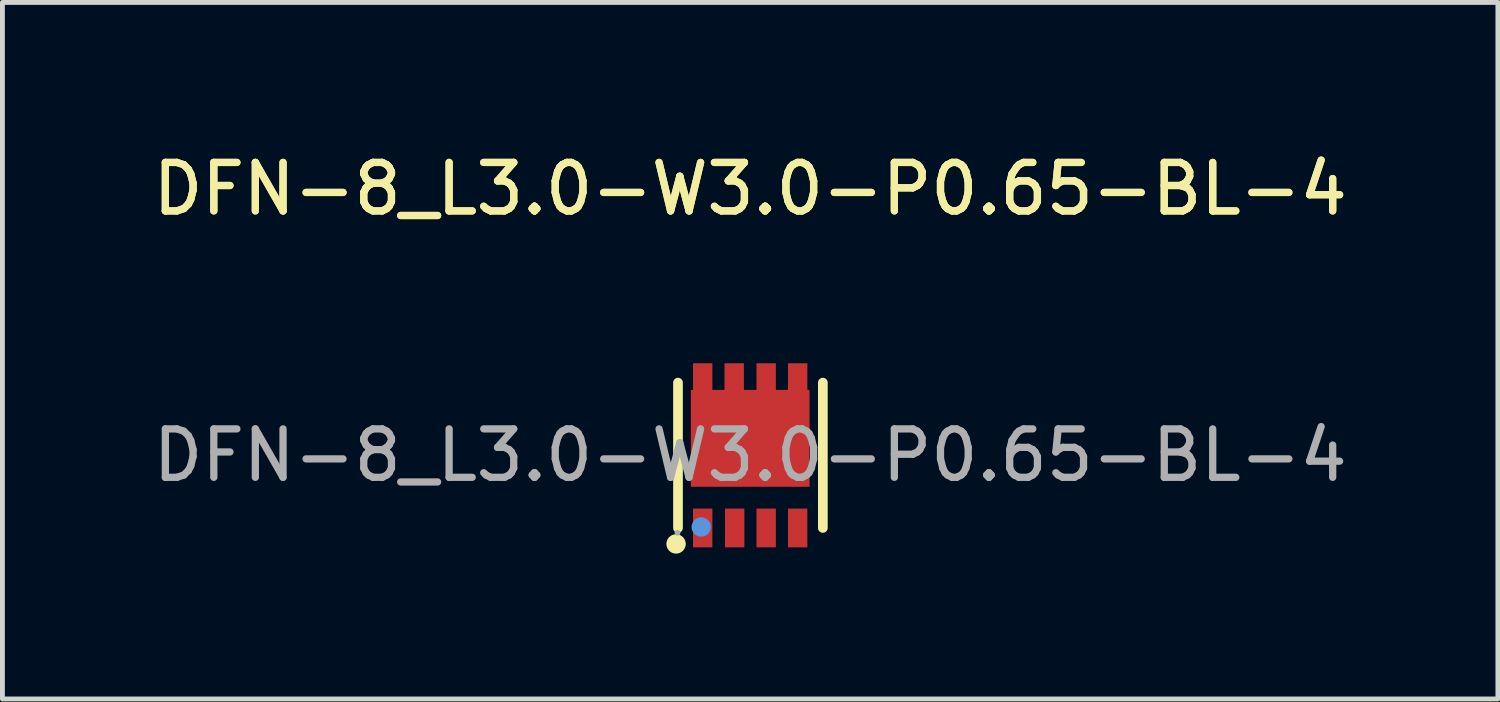
<source format=kicad_pcb>
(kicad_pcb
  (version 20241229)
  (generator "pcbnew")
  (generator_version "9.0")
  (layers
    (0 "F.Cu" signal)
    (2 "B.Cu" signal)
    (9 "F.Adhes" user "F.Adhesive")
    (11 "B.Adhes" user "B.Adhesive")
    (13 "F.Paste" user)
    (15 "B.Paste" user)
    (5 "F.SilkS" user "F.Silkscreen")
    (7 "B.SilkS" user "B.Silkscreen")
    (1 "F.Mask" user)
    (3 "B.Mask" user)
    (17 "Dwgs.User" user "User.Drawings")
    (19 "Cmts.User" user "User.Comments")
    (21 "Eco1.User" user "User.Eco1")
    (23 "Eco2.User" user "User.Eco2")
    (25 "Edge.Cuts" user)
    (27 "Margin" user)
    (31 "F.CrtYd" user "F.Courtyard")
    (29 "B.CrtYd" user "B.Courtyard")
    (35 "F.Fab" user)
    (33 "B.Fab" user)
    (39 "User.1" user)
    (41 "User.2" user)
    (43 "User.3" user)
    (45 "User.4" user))
  (footprint "DFN-8_L3.0-W3.0-P0.65-BL-4"
    (layer "F.Cu")
    (at 12.435 6.348)
    (property "Reference" "DFN-8_L3.0-W3.0-P0.65-BL-4" (at 0 -5.5 0) (layer "F.SilkS") (effects (font (size 1 1) (thickness 0.15))))
    (attr smd)
    (fp_line (start -1.49 -1.5) (end -1.49 1.5) (stroke (width 0.2) (type solid)) (layer "F.SilkS"))
    (fp_line (start 1.5 -1.5) (end 1.5 1.5) (stroke (width 0.2) (type solid)) (layer "F.SilkS"))
    (fp_circle (center -1.53 1.83) (end -1.43 1.83) (stroke (width 0.2) (type solid)) (fill no) (layer "F.SilkS"))
    (fp_circle (center -1.01 1.48) (end -0.91 1.48) (stroke (width 0.2) (type solid)) (fill no) (layer "Cmts.User"))
    (fp_circle (center -1.5 1.6) (end -1.47 1.6) (stroke (width 0.06) (type solid)) (fill no) (layer "F.Fab"))
    (fp_text user "${REFERENCE}" (at 0 -5.5 0) (layer "F.SilkS") (effects (font (size 1 1) (thickness 0.15))))
    (fp_text user "${REFERENCE}" (at 0 0 0) (layer "F.Fab") (effects (font (size 1 1) (thickness 0.15))))
    (pad "1" smd rect (at -0.98 1.5 180) (size 0.4 0.8) (layers "F.Cu" "F.Mask" "F.Paste"))
    (pad "2" smd rect (at -0.32 1.5 180) (size 0.4 0.8) (layers "F.Cu" "F.Mask" "F.Paste"))
    (pad "3" smd rect (at 0.33 1.5 180) (size 0.4 0.8) (layers "F.Cu" "F.Mask" "F.Paste"))
    (pad "4" smd rect (at 0.98 1.5 180) (size 0.4 0.8) (layers "F.Cu" "F.Mask" "F.Paste"))
    (pad "5" smd rect (at 0.98 -1.5 180) (size 0.4 0.8) (layers "F.Cu" "F.Mask" "F.Paste"))
    (pad "6" smd rect (at 0.33 -1.5 180) (size 0.4 0.8) (layers "F.Cu" "F.Mask" "F.Paste"))
    (pad "7" smd rect (at -0.33 -1.5 180) (size 0.4 0.8) (layers "F.Cu" "F.Mask" "F.Paste"))
    (pad "8" smd rect (at -0.98 -1.5 180) (size 0.4 0.8) (layers "F.Cu" "F.Mask" "F.Paste"))
    (pad "9" smd rect (at 0 -0.35) (size 2.45 2) (layers "F.Cu" "F.Mask" "F.Paste")))
  (gr_rect
    (start -3 -3)
    (end 27.869 11.378)
    (stroke (width 0.1) (type default))
    (fill no)
    (layer "Edge.Cuts")))
</source>
